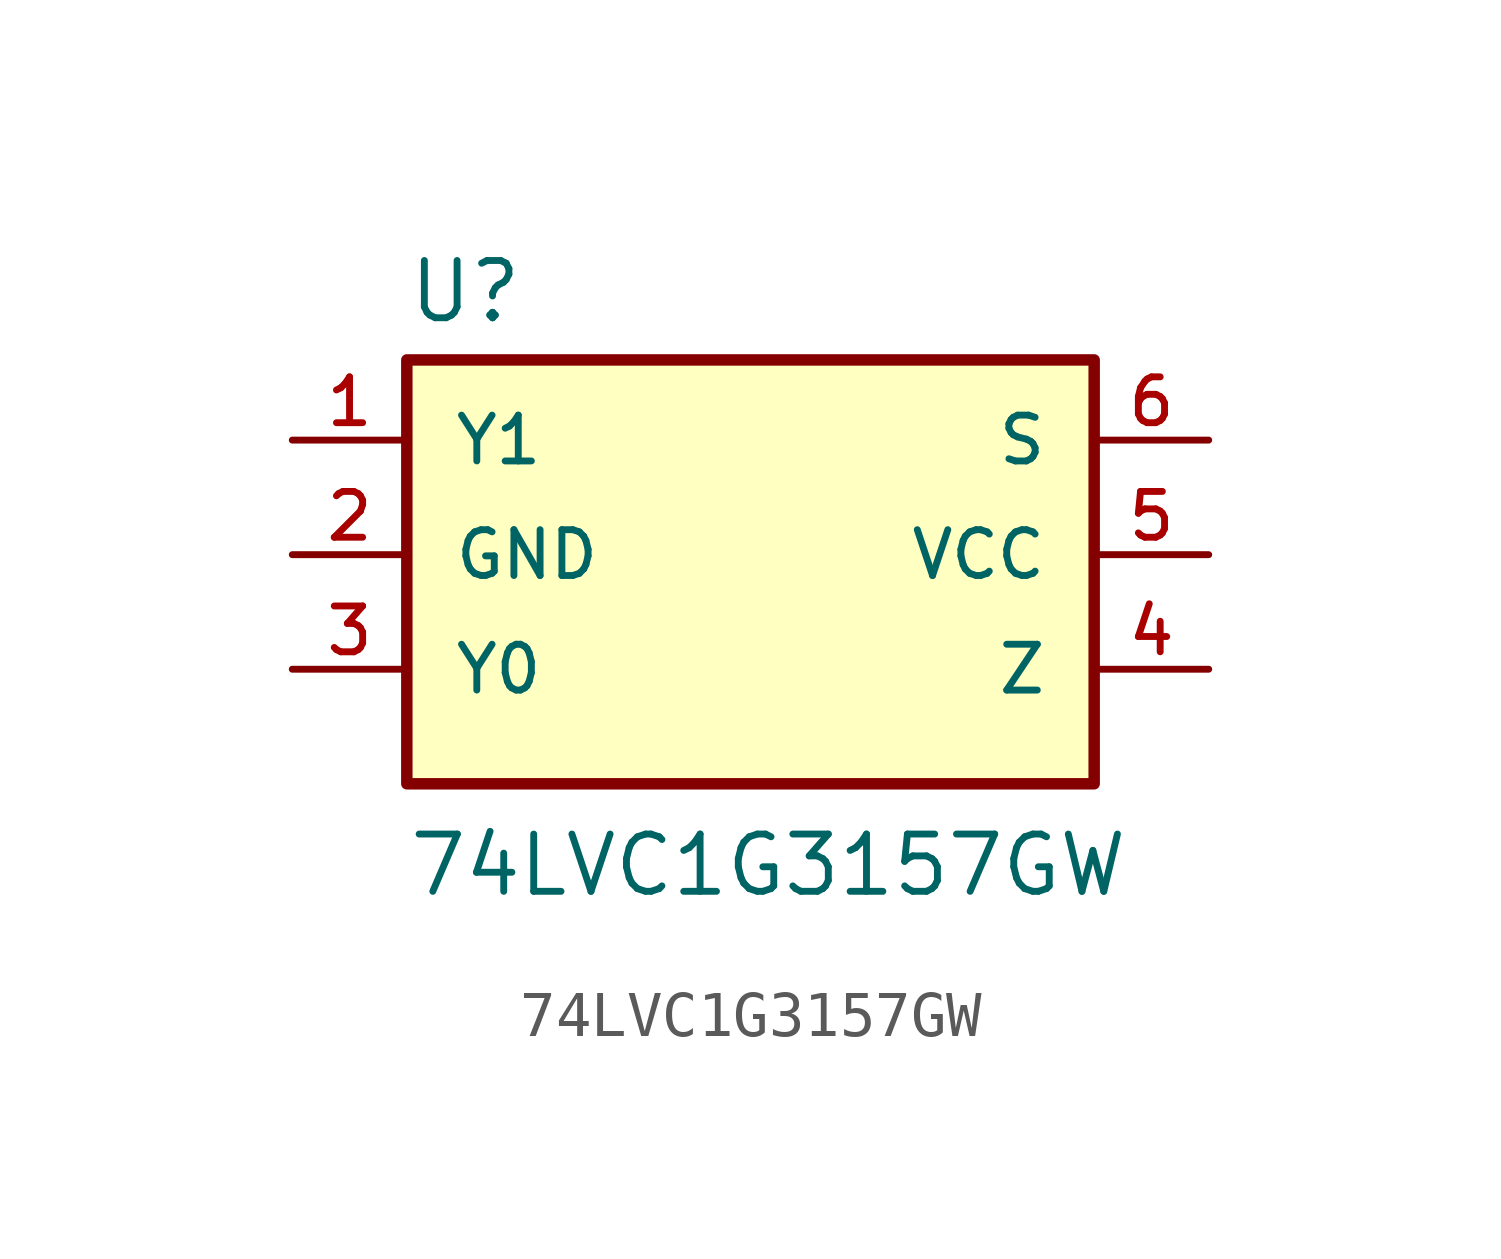
<source format=kicad_sym>
(kicad_symbol_lib
  (version 20211014)
  (generator kicad_symbol_editor)
  (symbol "74LVC1G3157GW"
    (pin_names
      (offset 1.016))
    (property "Reference" "U"
      (at -7.634 5.089 0)
      (effects (font (size 1.27 1.27)) (justify bottom left)))
    (property "Value" "74LVC1G3157GW"
      (at -7.628 -7.628 0)
      (effects (font (size 1.27 1.27)) (justify bottom left)))
    (symbol "74LVC1G3157GW_0_0"
      (rectangle (start -7.62 -5.08) (end 7.62 4.318) (stroke (width 0.254)) (fill (type background)))
      (pin bidirectional line (at -10.16 2.54 0) (length 2.54) (name "Y1" (effects (font (size 1.016 1.016)))) (number "1" (effects (font (size 1.016 1.016)))))
      (pin power_in line (at -10.16 0.0 0) (length 2.54) (name "GND" (effects (font (size 1.016 1.016)))) (number "2" (effects (font (size 1.016 1.016)))))
      (pin bidirectional line (at -10.16 -2.54 0) (length 2.54) (name "Y0" (effects (font (size 1.016 1.016)))) (number "3" (effects (font (size 1.016 1.016)))))
      (pin bidirectional line (at 10.16 2.54 180.0) (length 2.54) (name "S" (effects (font (size 1.016 1.016)))) (number "6" (effects (font (size 1.016 1.016)))))
      (pin power_in line (at 10.16 0.0 180.0) (length 2.54) (name "VCC" (effects (font (size 1.016 1.016)))) (number "5" (effects (font (size 1.016 1.016)))))
      (pin bidirectional line (at 10.16 -2.54 180.0) (length 2.54) (name "Z" (effects (font (size 1.016 1.016)))) (number "4" (effects (font (size 1.016 1.016))))))))
</source>
